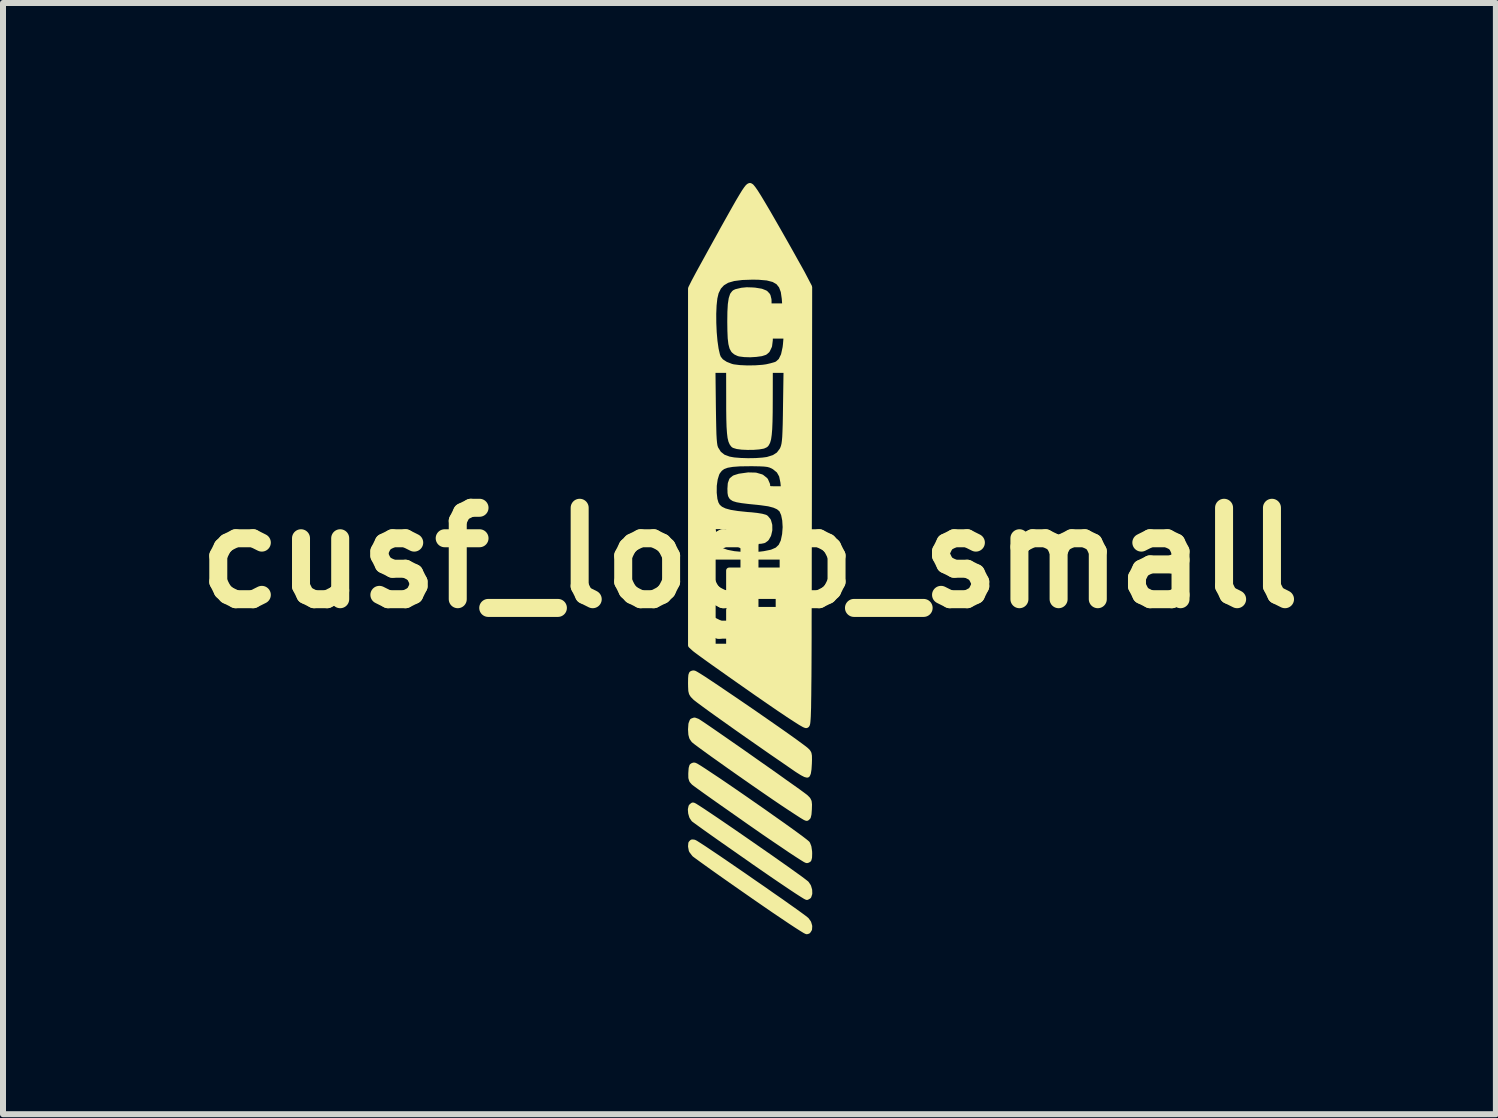
<source format=kicad_pcb>
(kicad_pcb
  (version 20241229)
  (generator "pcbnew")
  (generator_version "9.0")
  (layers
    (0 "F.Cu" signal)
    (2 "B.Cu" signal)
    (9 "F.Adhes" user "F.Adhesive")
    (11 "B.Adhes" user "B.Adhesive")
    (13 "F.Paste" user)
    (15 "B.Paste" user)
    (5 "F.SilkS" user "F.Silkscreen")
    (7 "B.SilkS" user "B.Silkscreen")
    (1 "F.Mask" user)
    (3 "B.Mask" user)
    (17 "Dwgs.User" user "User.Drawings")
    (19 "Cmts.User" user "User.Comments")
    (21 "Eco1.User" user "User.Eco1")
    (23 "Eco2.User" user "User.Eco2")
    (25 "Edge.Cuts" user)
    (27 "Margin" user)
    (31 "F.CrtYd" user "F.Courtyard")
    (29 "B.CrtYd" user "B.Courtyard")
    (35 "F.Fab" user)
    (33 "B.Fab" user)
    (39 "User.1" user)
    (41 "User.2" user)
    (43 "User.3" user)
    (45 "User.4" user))
  (footprint "cusf_logo_small"
    (layer "F.Cu")
    (at 9.442 6.248)
    (property "Reference" "cusf_logo_small" (at 0 0 0) (layer "F.SilkS") (effects (font (size 1.524 1.524) (thickness 0.3))))
    (attr through_hole)
    (fp_poly (pts (xy 0.996 6.139) (xy 0.993 6.188) (xy 0.973 6.218) (xy 0.955 6.223) (xy 0.93 6.211) (xy 0.874 6.177) (xy 0.791 6.124) (xy 0.683 6.053) (xy 0.554 5.966) (xy 0.407 5.867) (xy 0.247 5.757) (xy 0.076 5.639) (xy 0.029 5.606) (xy -0.145 5.485) (xy -0.311 5.369) (xy -0.463 5.262) (xy -0.6 5.165) (xy -0.716 5.082) (xy -0.809 5.015) (xy -0.876 4.966) (xy -0.912 4.939) (xy -0.915 4.936) (xy -0.962 4.874) (xy -0.974 4.809) (xy -0.97 4.761) (xy -0.954 4.744) (xy -0.926 4.746) (xy -0.901 4.759) (xy -0.846 4.794) (xy -0.764 4.847) (xy -0.66 4.917) (xy -0.536 5) (xy -0.398 5.094) (xy -0.25 5.196) (xy -0.095 5.302) (xy 0.063 5.412) (xy 0.22 5.52) (xy 0.371 5.626) (xy 0.514 5.725) (xy 0.642 5.816) (xy 0.754 5.895) (xy 0.845 5.961) (xy 0.91 6.009) (xy 0.946 6.038) (xy 0.947 6.039) (xy 0.98 6.085) (xy 0.996 6.139)) (stroke (width 0.1) (type solid)) (fill yes) (layer "F.SilkS"))
    (fp_poly (pts (xy 0.997 5.595) (xy 0.983 5.637) (xy 0.957 5.652) (xy 0.933 5.64) (xy 0.878 5.606) (xy 0.794 5.552) (xy 0.687 5.481) (xy 0.558 5.394) (xy 0.412 5.295) (xy 0.251 5.184) (xy 0.08 5.066) (xy 0.021 5.024) (xy -0.154 4.902) (xy -0.32 4.786) (xy -0.473 4.679) (xy -0.609 4.583) (xy -0.726 4.5) (xy -0.819 4.433) (xy -0.885 4.385) (xy -0.922 4.358) (xy -0.926 4.354) (xy -0.955 4.311) (xy -0.972 4.253) (xy -0.977 4.195) (xy -0.967 4.149) (xy -0.943 4.128) (xy -0.939 4.128) (xy -0.917 4.139) (xy -0.863 4.173) (xy -0.783 4.225) (xy -0.68 4.294) (xy -0.558 4.376) (xy -0.422 4.469) (xy -0.274 4.57) (xy -0.119 4.677) (xy 0.038 4.786) (xy 0.195 4.895) (xy 0.348 5.001) (xy 0.491 5.102) (xy 0.622 5.194) (xy 0.736 5.276) (xy 0.83 5.343) (xy 0.899 5.395) (xy 0.94 5.427) (xy 0.947 5.433) (xy 0.978 5.48) (xy 0.995 5.538) (xy 0.997 5.595)) (stroke (width 0.1) (type solid)) (fill yes) (layer "F.SilkS"))
    (fp_poly (pts (xy 0.995 4.926) (xy 0.993 4.992) (xy 0.984 5.026) (xy 0.964 5.037) (xy 0.956 5.038) (xy 0.931 5.026) (xy 0.876 4.992) (xy 0.792 4.938) (xy 0.684 4.867) (xy 0.556 4.78) (xy 0.409 4.681) (xy 0.248 4.571) (xy 0.077 4.452) (xy 0.019 4.412) (xy -0.156 4.289) (xy -0.321 4.173) (xy -0.474 4.066) (xy -0.61 3.97) (xy -0.727 3.887) (xy -0.82 3.82) (xy -0.886 3.772) (xy -0.923 3.744) (xy -0.927 3.74) (xy -0.956 3.707) (xy -0.969 3.665) (xy -0.97 3.602) (xy -0.969 3.578) (xy -0.964 3.51) (xy -0.954 3.475) (xy -0.935 3.463) (xy -0.919 3.462) (xy -0.893 3.474) (xy -0.837 3.508) (xy -0.755 3.561) (xy -0.65 3.631) (xy -0.526 3.713) (xy -0.388 3.807) (xy -0.239 3.909) (xy -0.084 4.016) (xy 0.074 4.126) (xy 0.231 4.235) (xy 0.382 4.342) (xy 0.524 4.442) (xy 0.653 4.534) (xy 0.765 4.615) (xy 0.856 4.682) (xy 0.921 4.732) (xy 0.958 4.763) (xy 0.963 4.769) (xy 0.983 4.82) (xy 0.994 4.896) (xy 0.995 4.926)) (stroke (width 0.1) (type solid)) (fill yes) (layer "F.SilkS"))
    (fp_poly (pts (xy 0.992 4.113) (xy 0.99 4.19) (xy 0.99 4.19) (xy 0.984 4.27) (xy 0.973 4.316) (xy 0.954 4.334) (xy 0.952 4.334) (xy 0.929 4.324) (xy 0.874 4.291) (xy 0.792 4.238) (xy 0.685 4.168) (xy 0.557 4.083) (xy 0.411 3.984) (xy 0.251 3.874) (xy 0.08 3.756) (xy 0.02 3.714) (xy -0.155 3.592) (xy -0.32 3.476) (xy -0.473 3.367) (xy -0.61 3.27) (xy -0.726 3.186) (xy -0.819 3.118) (xy -0.886 3.068) (xy -0.922 3.039) (xy -0.926 3.035) (xy -0.955 2.993) (xy -0.969 2.941) (xy -0.974 2.862) (xy -0.974 2.856) (xy -0.968 2.771) (xy -0.95 2.724) (xy -0.917 2.712) (xy -0.87 2.729) (xy -0.839 2.749) (xy -0.777 2.79) (xy -0.689 2.85) (xy -0.58 2.925) (xy -0.453 3.013) (xy -0.312 3.111) (xy -0.162 3.215) (xy -0.007 3.324) (xy 0.149 3.434) (xy 0.302 3.541) (xy 0.448 3.644) (xy 0.582 3.74) (xy 0.701 3.824) (xy 0.801 3.895) (xy 0.876 3.95) (xy 0.924 3.986) (xy 0.937 3.997) (xy 0.97 4.031) (xy 0.987 4.065) (xy 0.992 4.113)) (stroke (width 0.1) (type solid)) (fill yes) (layer "F.SilkS"))
    (fp_poly (pts (xy 0.992 3.363) (xy 0.99 3.431) (xy 0.984 3.522) (xy 0.974 3.585) (xy 0.962 3.613) (xy 0.96 3.613) (xy 0.933 3.606) (xy 0.881 3.579) (xy 0.814 3.537) (xy 0.791 3.522) (xy 0.584 3.379) (xy 0.377 3.237) (xy 0.175 3.096) (xy -0.019 2.961) (xy -0.203 2.832) (xy -0.372 2.712) (xy -0.524 2.604) (xy -0.655 2.51) (xy -0.763 2.431) (xy -0.844 2.371) (xy -0.894 2.332) (xy -0.905 2.322) (xy -0.94 2.286) (xy -0.96 2.254) (xy -0.97 2.212) (xy -0.973 2.147) (xy -0.974 2.091) (xy -0.973 2.009) (xy -0.969 1.959) (xy -0.96 1.935) (xy -0.942 1.927) (xy -0.926 1.927) (xy -0.902 1.939) (xy -0.847 1.972) (xy -0.765 2.024) (xy -0.661 2.093) (xy -0.538 2.175) (xy -0.401 2.268) (xy -0.253 2.368) (xy -0.098 2.474) (xy 0.06 2.582) (xy 0.217 2.691) (xy 0.368 2.796) (xy 0.51 2.895) (xy 0.639 2.986) (xy 0.751 3.066) (xy 0.841 3.132) (xy 0.907 3.181) (xy 0.938 3.206) (xy 0.967 3.234) (xy 0.984 3.262) (xy 0.991 3.301) (xy 0.992 3.363)) (stroke (width 0.1) (type solid)) (fill yes) (layer "F.SilkS"))
    (fp_poly (pts (xy 0.995 -4.512) (xy 0.99 -0.864) (xy 0.989 -0.404) (xy 0.988 0.016) (xy 0.988 0.397) (xy 0.987 0.742) (xy 0.986 1.052) (xy 0.986 1.329) (xy 0.985 1.574) (xy 0.984 1.79) (xy 0.983 1.979) (xy 0.981 2.143) (xy 0.98 2.282) (xy 0.978 2.4) (xy 0.977 2.498) (xy 0.974 2.578) (xy 0.972 2.641) (xy 0.969 2.69) (xy 0.966 2.727) (xy 0.963 2.753) (xy 0.959 2.77) (xy 0.955 2.781) (xy 0.95 2.786) (xy 0.945 2.788) (xy 0.942 2.788) (xy 0.915 2.777) (xy 0.855 2.743) (xy 0.764 2.685) (xy 0.644 2.607) (xy 0.62 2.59) (xy 0.62 -3.704) (xy 0.479 -3.704) (xy 0.339 -3.704) (xy 0.339 -3.631) (xy 0.327 -3.534) (xy 0.293 -3.462) (xy 0.256 -3.43) (xy 0.197 -3.411) (xy 0.11 -3.399) (xy 0.012 -3.393) (xy -0.084 -3.396) (xy -0.162 -3.406) (xy -0.18 -3.411) (xy -0.225 -3.432) (xy -0.26 -3.461) (xy -0.285 -3.506) (xy -0.302 -3.571) (xy -0.313 -3.663) (xy -0.318 -3.786) (xy -0.32 -3.937) (xy -0.318 -4.1) (xy -0.311 -4.225) (xy -0.297 -4.317) (xy -0.277 -4.379) (xy -0.248 -4.416) (xy -0.219 -4.43) (xy -0.127 -4.452) (xy -0.045 -4.46) (xy 0.048 -4.457) (xy 0.09 -4.454) (xy 0.194 -4.437) (xy 0.262 -4.41) (xy 0.301 -4.368) (xy 0.317 -4.304) (xy 0.318 -4.276) (xy 0.318 -4.191) (xy 0.458 -4.191) (xy 0.598 -4.191) (xy 0.588 -4.324) (xy 0.571 -4.442) (xy 0.537 -4.533) (xy 0.483 -4.6) (xy 0.405 -4.645) (xy 0.296 -4.673) (xy 0.154 -4.685) (xy 0.053 -4.687) (xy -0.124 -4.681) (xy -0.265 -4.663) (xy -0.375 -4.631) (xy -0.457 -4.582) (xy -0.518 -4.516) (xy -0.561 -4.429) (xy -0.564 -4.419) (xy -0.585 -4.33) (xy -0.598 -4.21) (xy -0.604 -4.068) (xy -0.603 -3.914) (xy -0.596 -3.758) (xy -0.583 -3.61) (xy -0.564 -3.478) (xy -0.54 -3.374) (xy -0.523 -3.329) (xy -0.478 -3.272) (xy -0.402 -3.222) (xy -0.307 -3.185) (xy -0.271 -3.176) (xy -0.166 -3.163) (xy -0.037 -3.157) (xy 0.099 -3.159) (xy 0.224 -3.168) (xy 0.287 -3.177) (xy 0.365 -3.195) (xy 0.435 -3.215) (xy 0.468 -3.229) (xy 0.529 -3.284) (xy 0.574 -3.377) (xy 0.602 -3.505) (xy 0.608 -3.557) (xy 0.62 -3.704) (xy 0.62 2.59) (xy 0.618 2.589) (xy 0.618 -3.133) (xy 0.478 -3.133) (xy 0.339 -3.133) (xy 0.338 -2.619) (xy 0.337 -2.426) (xy 0.334 -2.27) (xy 0.329 -2.148) (xy 0.321 -2.055) (xy 0.311 -1.985) (xy 0.297 -1.936) (xy 0.279 -1.902) (xy 0.266 -1.887) (xy 0.227 -1.869) (xy 0.157 -1.857) (xy 0.067 -1.85) (xy -0.03 -1.849) (xy -0.124 -1.853) (xy -0.202 -1.863) (xy -0.255 -1.879) (xy -0.265 -1.886) (xy -0.286 -1.914) (xy -0.303 -1.953) (xy -0.316 -2.008) (xy -0.325 -2.084) (xy -0.332 -2.186) (xy -0.336 -2.318) (xy -0.338 -2.484) (xy -0.338 -2.609) (xy -0.339 -3.133) (xy -0.478 -3.133) (xy -0.617 -3.133) (xy -0.61 -2.514) (xy -0.607 -2.328) (xy -0.604 -2.179) (xy -0.601 -2.063) (xy -0.596 -1.975) (xy -0.59 -1.911) (xy -0.583 -1.864) (xy -0.573 -1.831) (xy -0.569 -1.82) (xy -0.515 -1.734) (xy -0.441 -1.675) (xy -0.344 -1.639) (xy -0.261 -1.624) (xy -0.149 -1.615) (xy -0.023 -1.611) (xy 0.104 -1.613) (xy 0.219 -1.621) (xy 0.301 -1.632) (xy 0.412 -1.667) (xy 0.491 -1.718) (xy 0.547 -1.792) (xy 0.563 -1.825) (xy 0.574 -1.857) (xy 0.583 -1.895) (xy 0.59 -1.946) (xy 0.596 -2.014) (xy 0.6 -2.104) (xy 0.604 -2.222) (xy 0.607 -2.373) (xy 0.609 -2.524) (xy 0.618 -3.133) (xy 0.618 2.589) (xy 0.614 2.586) (xy 0.614 0.212) (xy 0.614 0.095) (xy 0.614 -0.021) (xy 0.603 -0.021) (xy 0.603 -0.512) (xy 0.596 -0.628) (xy 0.576 -0.727) (xy 0.544 -0.799) (xy 0.535 -0.811) (xy 0.486 -0.852) (xy 0.417 -0.883) (xy 0.322 -0.908) (xy 0.195 -0.926) (xy 0.144 -0.932) (xy -0.007 -0.947) (xy -0.121 -0.961) (xy -0.202 -0.975) (xy -0.258 -0.992) (xy -0.292 -1.015) (xy -0.309 -1.045) (xy -0.316 -1.086) (xy -0.317 -1.14) (xy -0.318 -1.146) (xy -0.312 -1.235) (xy -0.291 -1.293) (xy -0.248 -1.328) (xy -0.175 -1.351) (xy -0.169 -1.353) (xy -0.02 -1.374) (xy 0.102 -1.371) (xy 0.198 -1.343) (xy 0.262 -1.292) (xy 0.294 -1.218) (xy 0.296 -1.184) (xy 0.301 -1.162) (xy 0.32 -1.15) (xy 0.364 -1.144) (xy 0.437 -1.143) (xy 0.577 -1.143) (xy 0.565 -1.263) (xy 0.542 -1.374) (xy 0.496 -1.456) (xy 0.42 -1.518) (xy 0.39 -1.535) (xy 0.351 -1.552) (xy 0.308 -1.564) (xy 0.251 -1.571) (xy 0.173 -1.575) (xy 0.065 -1.577) (xy 0 -1.577) (xy -0.16 -1.575) (xy -0.283 -1.566) (xy -0.377 -1.55) (xy -0.446 -1.524) (xy -0.496 -1.487) (xy -0.535 -1.437) (xy -0.551 -1.407) (xy -0.579 -1.317) (xy -0.595 -1.204) (xy -0.596 -1.084) (xy -0.584 -0.973) (xy -0.564 -0.904) (xy -0.534 -0.852) (xy -0.486 -0.81) (xy -0.418 -0.777) (xy -0.324 -0.751) (xy -0.199 -0.731) (xy -0.038 -0.714) (xy 0.032 -0.709) (xy 0.123 -0.699) (xy 0.202 -0.686) (xy 0.257 -0.671) (xy 0.269 -0.665) (xy 0.31 -0.616) (xy 0.33 -0.545) (xy 0.331 -0.464) (xy 0.313 -0.386) (xy 0.278 -0.324) (xy 0.237 -0.294) (xy 0.192 -0.285) (xy 0.117 -0.28) (xy 0.023 -0.278) (xy -0.039 -0.279) (xy -0.139 -0.283) (xy -0.206 -0.288) (xy -0.248 -0.298) (xy -0.276 -0.313) (xy -0.298 -0.335) (xy -0.298 -0.336) (xy -0.327 -0.393) (xy -0.339 -0.457) (xy -0.339 -0.529) (xy -0.479 -0.529) (xy -0.619 -0.529) (xy -0.604 -0.407) (xy -0.576 -0.273) (xy -0.532 -0.177) (xy -0.469 -0.118) (xy -0.464 -0.115) (xy -0.377 -0.085) (xy -0.26 -0.062) (xy -0.122 -0.049) (xy 0.026 -0.046) (xy 0.174 -0.053) (xy 0.247 -0.062) (xy 0.374 -0.088) (xy 0.466 -0.128) (xy 0.528 -0.187) (xy 0.569 -0.272) (xy 0.594 -0.39) (xy 0.594 -0.391) (xy 0.603 -0.512) (xy 0.603 -0.021) (xy 0 -0.021) (xy -0.614 -0.021) (xy -0.614 0.73) (xy -0.614 1.482) (xy -0.476 1.482) (xy -0.339 1.482) (xy -0.339 1.175) (xy -0.339 0.868) (xy 0.074 0.868) (xy 0.487 0.868) (xy 0.487 0.751) (xy 0.487 0.635) (xy 0.074 0.635) (xy -0.339 0.635) (xy -0.339 0.423) (xy -0.339 0.212) (xy 0.138 0.212) (xy 0.614 0.212) (xy 0.614 2.586) (xy 0.497 2.508) (xy 0.325 2.39) (xy 0.128 2.254) (xy 0.021 2.179) (xy -0.152 2.058) (xy -0.317 1.942) (xy -0.468 1.835) (xy -0.604 1.739) (xy -0.72 1.656) (xy -0.812 1.589) (xy -0.877 1.541) (xy -0.912 1.514) (xy -0.915 1.511) (xy -0.974 1.457) (xy -0.974 -1.516) (xy -0.974 -4.489) (xy -0.919 -4.599) (xy -0.896 -4.642) (xy -0.856 -4.717) (xy -0.8 -4.82) (xy -0.731 -4.945) (xy -0.652 -5.089) (xy -0.565 -5.246) (xy -0.473 -5.412) (xy -0.449 -5.457) (xy -0.343 -5.646) (xy -0.256 -5.801) (xy -0.185 -5.926) (xy -0.128 -6.022) (xy -0.084 -6.094) (xy -0.05 -6.144) (xy -0.025 -6.176) (xy -0.006 -6.193) (xy 0.008 -6.198) (xy 0.01 -6.197) (xy 0.028 -6.186) (xy 0.056 -6.152) (xy 0.096 -6.095) (xy 0.149 -6.011) (xy 0.217 -5.898) (xy 0.302 -5.754) (xy 0.405 -5.575) (xy 0.428 -5.535) (xy 0.52 -5.374) (xy 0.609 -5.217) (xy 0.693 -5.068) (xy 0.767 -4.935) (xy 0.83 -4.823) (xy 0.877 -4.738) (xy 0.899 -4.696) (xy 0.995 -4.512)) (stroke (width 0.1) (type solid)) (fill yes) (layer "F.SilkS")))
  (gr_rect
    (start -3 -3)
    (end 21.883 15.521)
    (stroke (width 0.1) (type default))
    (fill no)
    (layer "Edge.Cuts")))
</source>
